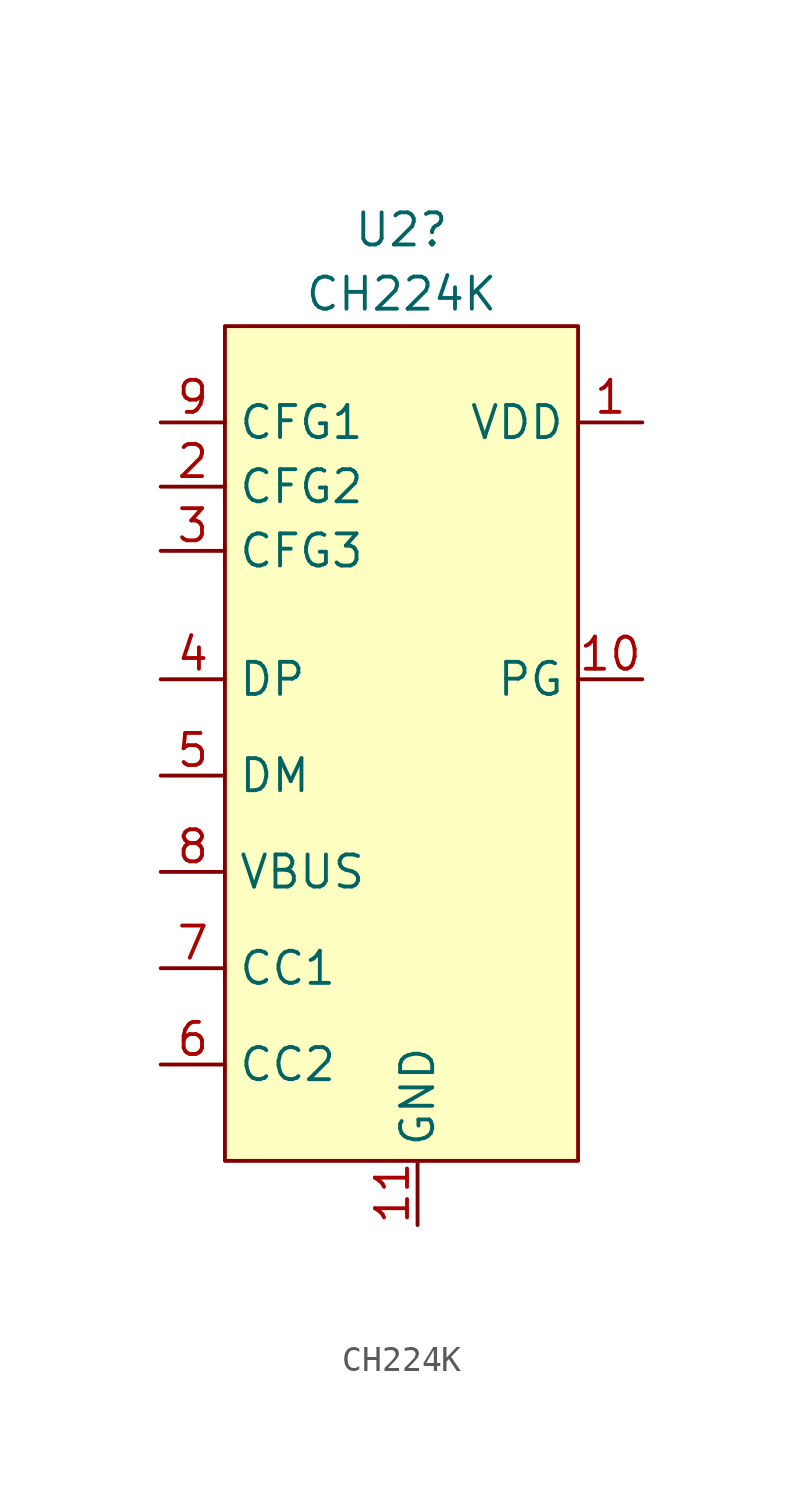
<source format=kicad_sym>
(kicad_symbol_lib
  (version 20231120)
  (generator "kicad_symbol_editor")
  (generator_version "8.0")
  (symbol "CH224K"
    (property "Reference" "U2"
      (at -0.635 36.83 0)
      (effects (font (size 1.27 1.27))))
    (property "Value" "CH224K"
      (at -0.635 34.29 0)
      (effects (font (size 1.27 1.27))))
    (symbol "CH224K_0_0"
      (pin power_in line (at 8.89 29.21 180) (length 2.54) (name "VDD" (effects (font (size 1.27 1.27)))) (number "1" (effects (font (size 1.27 1.27)))))
      (pin input line (at 8.89 19.05 180) (length 2.54) (name "PG" (effects (font (size 1.27 1.27)))) (number "10" (effects (font (size 1.27 1.27)))))
      (pin power_in line (at 0 -2.54 90) (length 2.54) (name "GND" (effects (font (size 1.27 1.27)))) (number "11" (effects (font (size 1.27 1.27)))))
      (pin input line (at -10.16 26.67 0) (length 2.54) (name "CFG2" (effects (font (size 1.27 1.27)))) (number "2" (effects (font (size 1.27 1.27)))))
      (pin input line (at -10.16 24.13 0) (length 2.54) (name "CFG3" (effects (font (size 1.27 1.27)))) (number "3" (effects (font (size 1.27 1.27)))))
      (pin bidirectional line (at -10.16 19.05 0) (length 2.54) (name "DP" (effects (font (size 1.27 1.27)))) (number "4" (effects (font (size 1.27 1.27)))))
      (pin bidirectional line (at -10.16 15.24 0) (length 2.54) (name "DM" (effects (font (size 1.27 1.27)))) (number "5" (effects (font (size 1.27 1.27)))))
      (pin bidirectional line (at -10.16 3.81 0) (length 2.54) (name "CC2" (effects (font (size 1.27 1.27)))) (number "6" (effects (font (size 1.27 1.27)))))
      (pin bidirectional line (at -10.16 7.62 0) (length 2.54) (name "CC1" (effects (font (size 1.27 1.27)))) (number "7" (effects (font (size 1.27 1.27)))))
      (pin power_in line (at -10.16 11.43 0) (length 2.54) (name "VBUS" (effects (font (size 1.27 1.27)))) (number "8" (effects (font (size 1.27 1.27)))))
      (pin input line (at -10.16 29.21 0) (length 2.54) (name "CFG1" (effects (font (size 1.27 1.27)))) (number "9" (effects (font (size 1.27 1.27))))))
    (symbol "CH224K_0_1"
      (rectangle (start -7.62 33.02) (end 6.35 0) (stroke (width 0) (type default)) (fill (type background))))))
</source>
